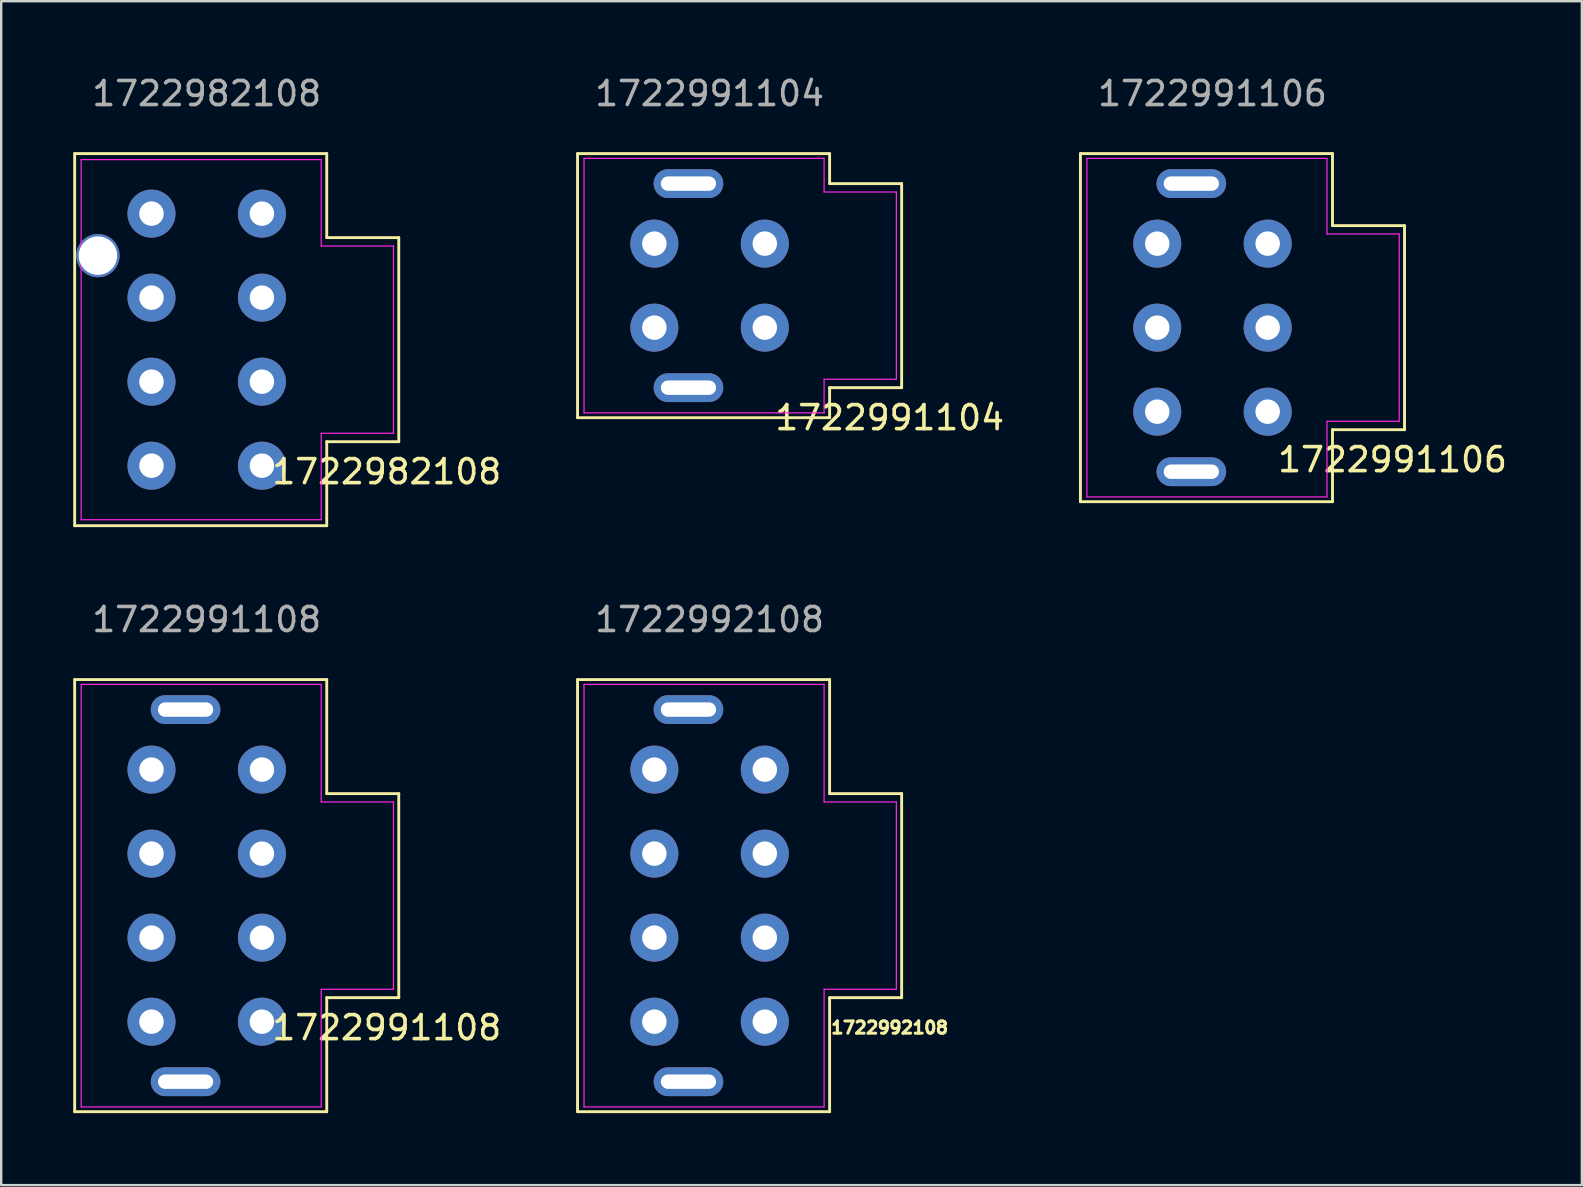
<source format=kicad_pcb>
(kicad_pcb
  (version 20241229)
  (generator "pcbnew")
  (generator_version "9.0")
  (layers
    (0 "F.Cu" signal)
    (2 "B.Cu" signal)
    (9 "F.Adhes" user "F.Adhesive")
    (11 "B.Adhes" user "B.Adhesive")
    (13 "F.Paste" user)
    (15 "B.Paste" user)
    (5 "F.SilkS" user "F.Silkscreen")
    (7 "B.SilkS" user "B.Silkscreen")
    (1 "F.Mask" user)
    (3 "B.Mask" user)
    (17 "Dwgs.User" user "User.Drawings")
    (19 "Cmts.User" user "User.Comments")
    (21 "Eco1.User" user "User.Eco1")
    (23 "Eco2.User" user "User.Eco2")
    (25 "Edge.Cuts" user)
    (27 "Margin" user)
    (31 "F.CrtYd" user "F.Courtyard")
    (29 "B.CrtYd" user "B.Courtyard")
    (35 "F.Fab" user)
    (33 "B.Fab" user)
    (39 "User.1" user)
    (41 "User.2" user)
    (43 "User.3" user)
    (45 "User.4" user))
  (footprint "1722991106"
    (layer "F.Cu")
    (at 47.454 10.598)
    (property "Reference" "1722991106" (at 7.5 5.5 0) (unlocked yes) (layer "F.SilkS") (effects (font (size 1 1) (thickness 0.15))))
    (fp_line (start -5.5 -7.25) (end -5.5 7.25) (stroke (width 0.12) (type solid)) (layer "F.SilkS"))
    (fp_line (start -5.5 7.25) (end 5 7.25) (stroke (width 0.12) (type solid)) (layer "F.SilkS"))
    (fp_line (start 5 -7.25) (end -5.5 -7.25) (stroke (width 0.12) (type solid)) (layer "F.SilkS"))
    (fp_line (start 5 -7.25) (end 5 -4.25) (stroke (width 0.12) (type solid)) (layer "F.SilkS"))
    (fp_line (start 5 -4.25) (end 8 -4.25) (stroke (width 0.12) (type solid)) (layer "F.SilkS"))
    (fp_line (start 5 4.25) (end 5 7.25) (stroke (width 0.12) (type solid)) (layer "F.SilkS"))
    (fp_line (start 8 4.25) (end 5 4.25) (stroke (width 0.12) (type solid)) (layer "F.SilkS"))
    (fp_line (start 8 4.25) (end 8 -4.25) (stroke (width 0.12) (type solid)) (layer "F.SilkS"))
    (fp_line (start -5.23 -7.05) (end -5.23 7.05) (stroke (width 0.05) (type solid)) (layer "F.CrtYd"))
    (fp_line (start -5.23 -7.05) (end 4.77 -7.05) (stroke (width 0.05) (type solid)) (layer "F.CrtYd"))
    (fp_line (start -5.23 7.05) (end 4.77 7.05) (stroke (width 0.05) (type solid)) (layer "F.CrtYd"))
    (fp_line (start 4.77 -3.9) (end 4.77 -7.05) (stroke (width 0.05) (type solid)) (layer "F.CrtYd"))
    (fp_line (start 4.77 3.9) (end 4.77 7.05) (stroke (width 0.05) (type solid)) (layer "F.CrtYd"))
    (fp_line (start 7.78 -3.9) (end 4.77 -3.9) (stroke (width 0.05) (type solid)) (layer "F.CrtYd"))
    (fp_line (start 7.78 -3.9) (end 7.78 3.9) (stroke (width 0.05) (type solid)) (layer "F.CrtYd"))
    (fp_line (start 7.78 3.9) (end 4.77 3.9) (stroke (width 0.05) (type solid)) (layer "F.CrtYd"))
    (fp_text user "${REFERENCE}" (at 0 -9.75 0) (unlocked yes) (layer "F.Fab") (effects (font (size 1 1) (thickness 0.15))))
    (pad "1" thru_hole circle (at -2.3 -3.5) (size 2 2) (drill 1.02) (layers "*.Cu" "*.Mask"))
    (pad "2" thru_hole circle (at 2.3 -3.5) (size 2 2) (drill 1.02) (layers "*.Cu" "*.Mask"))
    (pad "3" thru_hole circle (at -2.3 0) (size 2 2) (drill 1.02) (layers "*.Cu" "*.Mask"))
    (pad "4" thru_hole circle (at 2.3 0) (size 2 2) (drill 1.02) (layers "*.Cu" "*.Mask"))
    (pad "5" thru_hole circle (at -2.3 3.5) (size 2 2) (drill 1.02) (layers "*.Cu" "*.Mask"))
    (pad "6" thru_hole circle (at 2.3 3.5) (size 2 2) (drill 1.02) (layers "*.Cu" "*.Mask"))
    (pad "7" thru_hole oval (at -0.88 -6) (size 2.9 1.2) (drill oval 2.3 0.6) (layers "*.Cu" "*.Mask"))
    (pad "7" thru_hole oval (at -0.88 6) (size 2.9 1.2) (drill oval 2.3 0.6) (layers "*.Cu" "*.Mask")))
  (footprint "1722992108"
    (layer "F.Cu")
    (at 26.507 34.257)
    (property "Reference" "1722992108" (at 7.5 5.5 0) (unlocked yes) (layer "F.SilkS") (effects (font (size 0.508 0.508) (thickness 0.127))))
    (fp_line (start -5.5 -9) (end -5.5 9) (stroke (width 0.12) (type solid)) (layer "F.SilkS"))
    (fp_line (start -5.5 9) (end 5 9) (stroke (width 0.12) (type solid)) (layer "F.SilkS"))
    (fp_line (start 5 -9) (end -5.5 -9) (stroke (width 0.12) (type solid)) (layer "F.SilkS"))
    (fp_line (start 5 -9) (end 5 -4.25) (stroke (width 0.12) (type solid)) (layer "F.SilkS"))
    (fp_line (start 5 -4.25) (end 8 -4.25) (stroke (width 0.12) (type solid)) (layer "F.SilkS"))
    (fp_line (start 5 4.25) (end 5 9) (stroke (width 0.12) (type solid)) (layer "F.SilkS"))
    (fp_line (start 8 4.25) (end 5 4.25) (stroke (width 0.12) (type solid)) (layer "F.SilkS"))
    (fp_line (start 8 4.25) (end 8 -4.25) (stroke (width 0.12) (type solid)) (layer "F.SilkS"))
    (fp_line (start -5.23 -8.8) (end -5.23 8.8) (stroke (width 0.05) (type solid)) (layer "F.CrtYd"))
    (fp_line (start -5.23 -8.8) (end 4.77 -8.8) (stroke (width 0.05) (type solid)) (layer "F.CrtYd"))
    (fp_line (start -5.23 8.8) (end 4.77 8.8) (stroke (width 0.05) (type solid)) (layer "F.CrtYd"))
    (fp_line (start 4.77 -3.9) (end 4.77 -8.8) (stroke (width 0.05) (type solid)) (layer "F.CrtYd"))
    (fp_line (start 4.77 3.9) (end 4.77 8.8) (stroke (width 0.05) (type solid)) (layer "F.CrtYd"))
    (fp_line (start 7.78 -3.9) (end 4.77 -3.9) (stroke (width 0.05) (type solid)) (layer "F.CrtYd"))
    (fp_line (start 7.78 -3.9) (end 7.78 3.9) (stroke (width 0.05) (type solid)) (layer "F.CrtYd"))
    (fp_line (start 7.78 3.9) (end 4.77 3.9) (stroke (width 0.05) (type solid)) (layer "F.CrtYd"))
    (fp_text user "${REFERENCE}" (at 0 -11.5 0) (unlocked yes) (layer "F.Fab") (effects (font (size 1 1) (thickness 0.15))))
    (pad "1" thru_hole circle (at -2.3 -5.25) (size 2 2) (drill 1.02) (layers "*.Cu" "*.Mask"))
    (pad "2" thru_hole circle (at 2.3 -5.25) (size 2 2) (drill 1.02) (layers "*.Cu" "*.Mask"))
    (pad "3" thru_hole circle (at -2.3 -1.75) (size 2 2) (drill 1.02) (layers "*.Cu" "*.Mask"))
    (pad "4" thru_hole circle (at 2.3 -1.75) (size 2 2) (drill 1.02) (layers "*.Cu" "*.Mask"))
    (pad "5" thru_hole circle (at -2.3 1.75) (size 2 2) (drill 1.02) (layers "*.Cu" "*.Mask"))
    (pad "6" thru_hole circle (at 2.3 1.75) (size 2 2) (drill 1.02) (layers "*.Cu" "*.Mask"))
    (pad "7" thru_hole circle (at -2.3 5.25) (size 2 2) (drill 1.02) (layers "*.Cu" "*.Mask"))
    (pad "8" thru_hole circle (at 2.3 5.25) (size 2 2) (drill 1.02) (layers "*.Cu" "*.Mask"))
    (pad "9" thru_hole oval (at -0.88 -7.75) (size 2.9 1.2) (drill oval 2.3 0.6) (layers "*.Cu" "*.Mask"))
    (pad "9" thru_hole oval (at -0.88 7.75) (size 2.9 1.2) (drill oval 2.3 0.6) (layers "*.Cu" "*.Mask")))
  (footprint "1722991104"
    (layer "F.Cu")
    (at 26.507 8.848)
    (property "Reference" "1722991104" (at 7.5 5.5 0) (unlocked yes) (layer "F.SilkS") (effects (font (size 1 1) (thickness 0.15))))
    (fp_line (start -5.5 -5.5) (end -5.5 5.5) (stroke (width 0.12) (type solid)) (layer "F.SilkS"))
    (fp_line (start -5.5 5.5) (end 5 5.5) (stroke (width 0.12) (type solid)) (layer "F.SilkS"))
    (fp_line (start 5 -5.5) (end -5.5 -5.5) (stroke (width 0.12) (type solid)) (layer "F.SilkS"))
    (fp_line (start 5 -5.5) (end 5 -4.25) (stroke (width 0.12) (type solid)) (layer "F.SilkS"))
    (fp_line (start 5 -4.25) (end 8 -4.25) (stroke (width 0.12) (type solid)) (layer "F.SilkS"))
    (fp_line (start 5 4.25) (end 5 5.5) (stroke (width 0.12) (type solid)) (layer "F.SilkS"))
    (fp_line (start 8 4.25) (end 5 4.25) (stroke (width 0.12) (type solid)) (layer "F.SilkS"))
    (fp_line (start 8 4.25) (end 8 -4.25) (stroke (width 0.12) (type solid)) (layer "F.SilkS"))
    (fp_line (start -5.23 -5.3) (end -5.23 5.3) (stroke (width 0.05) (type solid)) (layer "F.CrtYd"))
    (fp_line (start -5.23 -5.3) (end 4.77 -5.3) (stroke (width 0.05) (type solid)) (layer "F.CrtYd"))
    (fp_line (start -5.23 5.3) (end 4.77 5.3) (stroke (width 0.05) (type solid)) (layer "F.CrtYd"))
    (fp_line (start 4.77 -3.9) (end 4.77 -5.3) (stroke (width 0.05) (type solid)) (layer "F.CrtYd"))
    (fp_line (start 4.77 3.9) (end 4.77 5.3) (stroke (width 0.05) (type solid)) (layer "F.CrtYd"))
    (fp_line (start 7.78 -3.9) (end 4.77 -3.9) (stroke (width 0.05) (type solid)) (layer "F.CrtYd"))
    (fp_line (start 7.78 -3.9) (end 7.78 3.9) (stroke (width 0.05) (type solid)) (layer "F.CrtYd"))
    (fp_line (start 7.78 3.9) (end 4.77 3.9) (stroke (width 0.05) (type solid)) (layer "F.CrtYd"))
    (fp_text user "${REFERENCE}" (at 0 -8 0) (unlocked yes) (layer "F.Fab") (effects (font (size 1 1) (thickness 0.15))))
    (pad "1" thru_hole circle (at -2.3 -1.75) (size 2 2) (drill 1.02) (layers "*.Cu" "*.Mask"))
    (pad "2" thru_hole circle (at 2.3 -1.75) (size 2 2) (drill 1.02) (layers "*.Cu" "*.Mask"))
    (pad "3" thru_hole circle (at -2.3 1.75) (size 2 2) (drill 1.02) (layers "*.Cu" "*.Mask"))
    (pad "4" thru_hole circle (at 2.3 1.75) (size 2 2) (drill 1.02) (layers "*.Cu" "*.Mask"))
    (pad "5" thru_hole oval (at -0.88 -4.25) (size 2.9 1.2) (drill oval 2.3 0.6) (layers "*.Cu" "*.Mask"))
    (pad "5" thru_hole oval (at -0.88 4.25) (size 2.9 1.2) (drill oval 2.3 0.6) (layers "*.Cu" "*.Mask")))
  (footprint "1722982108"
    (layer "F.Cu")
    (at 5.56 11.098)
    (property "Reference" "1722982108" (at 7.5 5.5 0) (unlocked yes) (layer "F.SilkS") (effects (font (size 1 1) (thickness 0.15))))
    (fp_line (start -5.5 -7.75) (end 5 -7.75) (stroke (width 0.12) (type solid)) (layer "F.SilkS"))
    (fp_line (start -5.5 7.75) (end -5.5 -7.75) (stroke (width 0.12) (type solid)) (layer "F.SilkS"))
    (fp_line (start 5 -7.75) (end 5 -4.25) (stroke (width 0.12) (type solid)) (layer "F.SilkS"))
    (fp_line (start 5 -4.25) (end 8 -4.25) (stroke (width 0.12) (type solid)) (layer "F.SilkS"))
    (fp_line (start 5 4.25) (end 5 7.75) (stroke (width 0.12) (type solid)) (layer "F.SilkS"))
    (fp_line (start 5 7.75) (end -5.5 7.75) (stroke (width 0.12) (type solid)) (layer "F.SilkS"))
    (fp_line (start 8 -4.25) (end 8 4.25) (stroke (width 0.12) (type solid)) (layer "F.SilkS"))
    (fp_line (start 8 4.25) (end 5 4.25) (stroke (width 0.12) (type solid)) (layer "F.SilkS"))
    (fp_line (start -5.23 -7.5) (end -5.23 7.5) (stroke (width 0.05) (type solid)) (layer "F.CrtYd"))
    (fp_line (start -5.23 -7.5) (end 4.77 -7.5) (stroke (width 0.05) (type solid)) (layer "F.CrtYd"))
    (fp_line (start -5.23 7.5) (end 4.77 7.5) (stroke (width 0.05) (type solid)) (layer "F.CrtYd"))
    (fp_line (start 4.77 -3.9) (end 4.77 -7.5) (stroke (width 0.05) (type solid)) (layer "F.CrtYd"))
    (fp_line (start 4.77 3.9) (end 4.77 7.5) (stroke (width 0.05) (type solid)) (layer "F.CrtYd"))
    (fp_line (start 7.78 -3.9) (end 4.77 -3.9) (stroke (width 0.05) (type solid)) (layer "F.CrtYd"))
    (fp_line (start 7.78 -3.9) (end 7.78 3.9) (stroke (width 0.05) (type solid)) (layer "F.CrtYd"))
    (fp_line (start 7.78 3.9) (end 4.77 3.9) (stroke (width 0.05) (type solid)) (layer "F.CrtYd"))
    (fp_text user "${REFERENCE}" (at 0 -10.25 0) (unlocked yes) (layer "F.Fab") (effects (font (size 1 1) (thickness 0.15))))
    (pad "" np_thru_hole circle (at -4.53 -3.5) (size 1.8 1.8) (drill 1.6) (layers "*.Cu" "*.Mask"))
    (pad "1" thru_hole circle (at -2.3 -5.25) (size 2 2) (drill 1.02) (layers "*.Cu" "*.Mask"))
    (pad "2" thru_hole circle (at 2.3 -5.25) (size 2 2) (drill 1.02) (layers "*.Cu" "*.Mask"))
    (pad "3" thru_hole circle (at -2.3 -1.75) (size 2 2) (drill 1.02) (layers "*.Cu" "*.Mask"))
    (pad "4" thru_hole circle (at 2.3 -1.75) (size 2 2) (drill 1.02) (layers "*.Cu" "*.Mask"))
    (pad "5" thru_hole circle (at -2.3 1.75) (size 2 2) (drill 1.02) (layers "*.Cu" "*.Mask"))
    (pad "6" thru_hole circle (at 2.3 1.75) (size 2 2) (drill 1.02) (layers "*.Cu" "*.Mask"))
    (pad "7" thru_hole circle (at -2.3 5.25) (size 2 2) (drill 1.02) (layers "*.Cu" "*.Mask"))
    (pad "8" thru_hole circle (at 2.3 5.25) (size 2 2) (drill 1.02) (layers "*.Cu" "*.Mask")))
  (footprint "1722991108"
    (layer "F.Cu")
    (at 5.56 34.257)
    (property "Reference" "1722991108" (at 7.5 5.5 0) (unlocked yes) (layer "F.SilkS") (effects (font (size 1 1) (thickness 0.15))))
    (fp_line (start -5.5 -9) (end -5.5 9) (stroke (width 0.12) (type solid)) (layer "F.SilkS"))
    (fp_line (start -5.5 9) (end 5 9) (stroke (width 0.12) (type solid)) (layer "F.SilkS"))
    (fp_line (start 5 -9) (end -5.5 -9) (stroke (width 0.12) (type solid)) (layer "F.SilkS"))
    (fp_line (start 5 -9) (end 5 -4.25) (stroke (width 0.12) (type solid)) (layer "F.SilkS"))
    (fp_line (start 5 -4.25) (end 8 -4.25) (stroke (width 0.12) (type solid)) (layer "F.SilkS"))
    (fp_line (start 5 4.25) (end 5 9) (stroke (width 0.12) (type solid)) (layer "F.SilkS"))
    (fp_line (start 8 4.25) (end 5 4.25) (stroke (width 0.12) (type solid)) (layer "F.SilkS"))
    (fp_line (start 8 4.25) (end 8 -4.25) (stroke (width 0.12) (type solid)) (layer "F.SilkS"))
    (fp_line (start -5.23 -8.8) (end -5.23 8.8) (stroke (width 0.05) (type solid)) (layer "F.CrtYd"))
    (fp_line (start -5.23 -8.8) (end 4.77 -8.8) (stroke (width 0.05) (type solid)) (layer "F.CrtYd"))
    (fp_line (start -5.23 8.8) (end 4.77 8.8) (stroke (width 0.05) (type solid)) (layer "F.CrtYd"))
    (fp_line (start 4.77 -3.9) (end 4.77 -8.8) (stroke (width 0.05) (type solid)) (layer "F.CrtYd"))
    (fp_line (start 4.77 3.9) (end 4.77 8.8) (stroke (width 0.05) (type solid)) (layer "F.CrtYd"))
    (fp_line (start 7.78 -3.9) (end 4.77 -3.9) (stroke (width 0.05) (type solid)) (layer "F.CrtYd"))
    (fp_line (start 7.78 -3.9) (end 7.78 3.9) (stroke (width 0.05) (type solid)) (layer "F.CrtYd"))
    (fp_line (start 7.78 3.9) (end 4.77 3.9) (stroke (width 0.05) (type solid)) (layer "F.CrtYd"))
    (fp_text user "${REFERENCE}" (at 0 -11.5 0) (unlocked yes) (layer "F.Fab") (effects (font (size 1 1) (thickness 0.15))))
    (pad "1" thru_hole circle (at -2.3 -5.25) (size 2 2) (drill 1.02) (layers "*.Cu" "*.Mask"))
    (pad "2" thru_hole circle (at 2.3 -5.25) (size 2 2) (drill 1.02) (layers "*.Cu" "*.Mask"))
    (pad "3" thru_hole circle (at -2.3 -1.75) (size 2 2) (drill 1.02) (layers "*.Cu" "*.Mask"))
    (pad "4" thru_hole circle (at 2.3 -1.75) (size 2 2) (drill 1.02) (layers "*.Cu" "*.Mask"))
    (pad "5" thru_hole circle (at -2.3 1.75) (size 2 2) (drill 1.02) (layers "*.Cu" "*.Mask"))
    (pad "6" thru_hole circle (at 2.3 1.75) (size 2 2) (drill 1.02) (layers "*.Cu" "*.Mask"))
    (pad "7" thru_hole circle (at -2.3 5.25) (size 2 2) (drill 1.02) (layers "*.Cu" "*.Mask"))
    (pad "8" thru_hole circle (at 2.3 5.25) (size 2 2) (drill 1.02) (layers "*.Cu" "*.Mask"))
    (pad "9" thru_hole oval (at -0.88 -7.75) (size 2.9 1.2) (drill oval 2.3 0.6) (layers "*.Cu" "*.Mask"))
    (pad "9" thru_hole oval (at -0.88 7.75) (size 2.9 1.2) (drill oval 2.3 0.6) (layers "*.Cu" "*.Mask")))
  (gr_rect
    (start -3 -3)
    (end 62.841 46.316)
    (stroke (width 0.1) (type default))
    (fill no)
    (layer "Edge.Cuts")))
</source>
